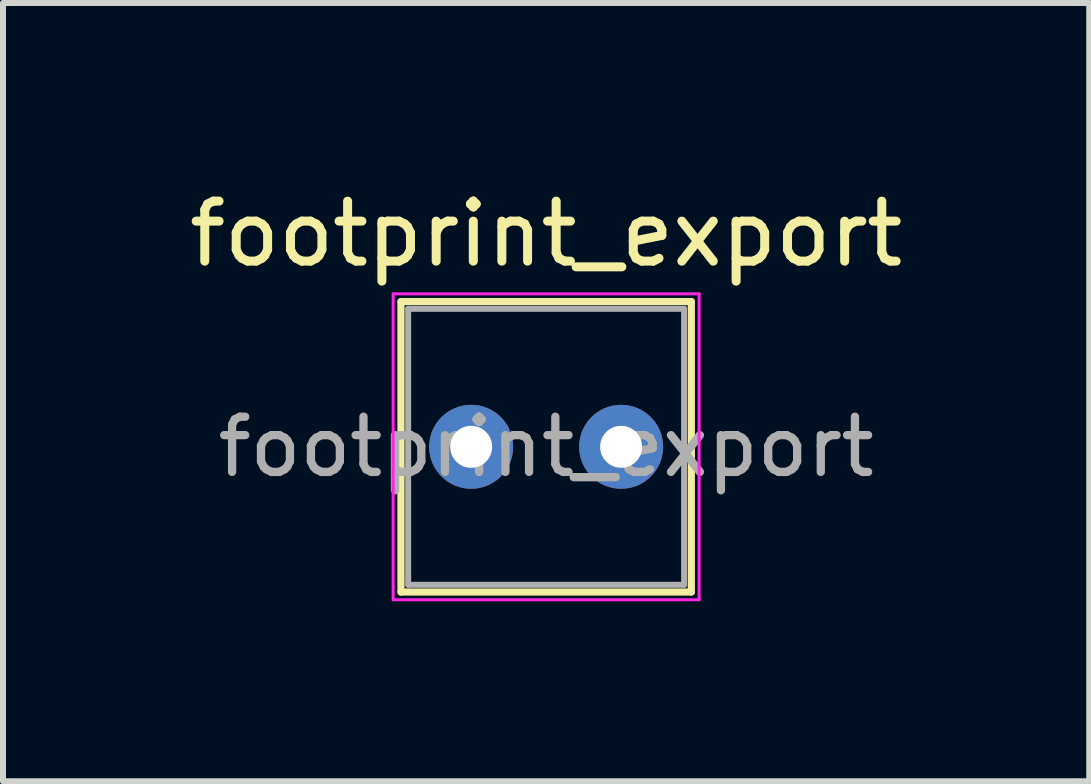
<source format=kicad_pcb>
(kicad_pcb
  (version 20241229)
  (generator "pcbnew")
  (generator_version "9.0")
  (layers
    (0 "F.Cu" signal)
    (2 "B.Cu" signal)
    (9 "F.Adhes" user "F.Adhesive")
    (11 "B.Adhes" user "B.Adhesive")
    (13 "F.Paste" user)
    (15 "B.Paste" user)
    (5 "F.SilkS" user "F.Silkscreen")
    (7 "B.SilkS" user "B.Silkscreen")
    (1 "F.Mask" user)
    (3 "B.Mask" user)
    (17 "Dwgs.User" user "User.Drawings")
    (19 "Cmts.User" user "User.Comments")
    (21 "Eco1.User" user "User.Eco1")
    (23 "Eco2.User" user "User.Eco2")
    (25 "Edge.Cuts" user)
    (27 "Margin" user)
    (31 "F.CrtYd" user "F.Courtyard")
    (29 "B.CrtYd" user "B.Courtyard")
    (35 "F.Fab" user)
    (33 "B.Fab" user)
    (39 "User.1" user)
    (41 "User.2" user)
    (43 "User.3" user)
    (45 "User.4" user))
  (footprint "footprint_export"
    (layer "F.Cu")
    (at 4.804 4.398)
    (property "Reference" "footprint_export" (at 1.25 -3.55 0) (layer "F.SilkS") (effects (font (size 1 1) (thickness 0.15))))
    (attr through_hole)
    (fp_line (start -1.17 -2.42) (end -1.17 2.42) (stroke (width 0.12) (type solid)) (layer "F.SilkS"))
    (fp_line (start -1.17 -2.42) (end 3.67 -2.42) (stroke (width 0.12) (type solid)) (layer "F.SilkS"))
    (fp_line (start -1.17 2.42) (end 3.67 2.42) (stroke (width 0.12) (type solid)) (layer "F.SilkS"))
    (fp_line (start 3.67 -2.42) (end 3.67 2.42) (stroke (width 0.12) (type solid)) (layer "F.SilkS"))
    (fp_line (start -1.3 -2.55) (end -1.3 2.55) (stroke (width 0.05) (type solid)) (layer "F.CrtYd"))
    (fp_line (start -1.3 2.55) (end 3.8 2.55) (stroke (width 0.05) (type solid)) (layer "F.CrtYd"))
    (fp_line (start 3.8 -2.55) (end -1.3 -2.55) (stroke (width 0.05) (type solid)) (layer "F.CrtYd"))
    (fp_line (start 3.8 2.55) (end 3.8 -2.55) (stroke (width 0.05) (type solid)) (layer "F.CrtYd"))
    (fp_line (start -1.05 -2.3) (end -1.05 2.3) (stroke (width 0.1) (type solid)) (layer "F.Fab"))
    (fp_line (start -1.05 2.3) (end 3.55 2.3) (stroke (width 0.1) (type solid)) (layer "F.Fab"))
    (fp_line (start 3.55 -2.3) (end -1.05 -2.3) (stroke (width 0.1) (type solid)) (layer "F.Fab"))
    (fp_line (start 3.55 2.3) (end 3.55 -2.3) (stroke (width 0.1) (type solid)) (layer "F.Fab"))
    (fp_text user "${REFERENCE}" (at 1.25 0 0) (layer "F.Fab") (effects (font (size 0.92 0.92) (thickness 0.138))))
    (pad "1" thru_hole circle (at 0 0) (size 1.4 1.4) (drill 0.7) (layers "*.Cu" "*.Mask"))
    (pad "2" thru_hole circle (at 2.5 0) (size 1.4 1.4) (drill 0.7) (layers "*.Cu" "*.Mask")))
  (gr_rect
    (start -3 -3)
    (end 15.107 9.973)
    (stroke (width 0.1) (type default))
    (fill no)
    (layer "Edge.Cuts")))
</source>
